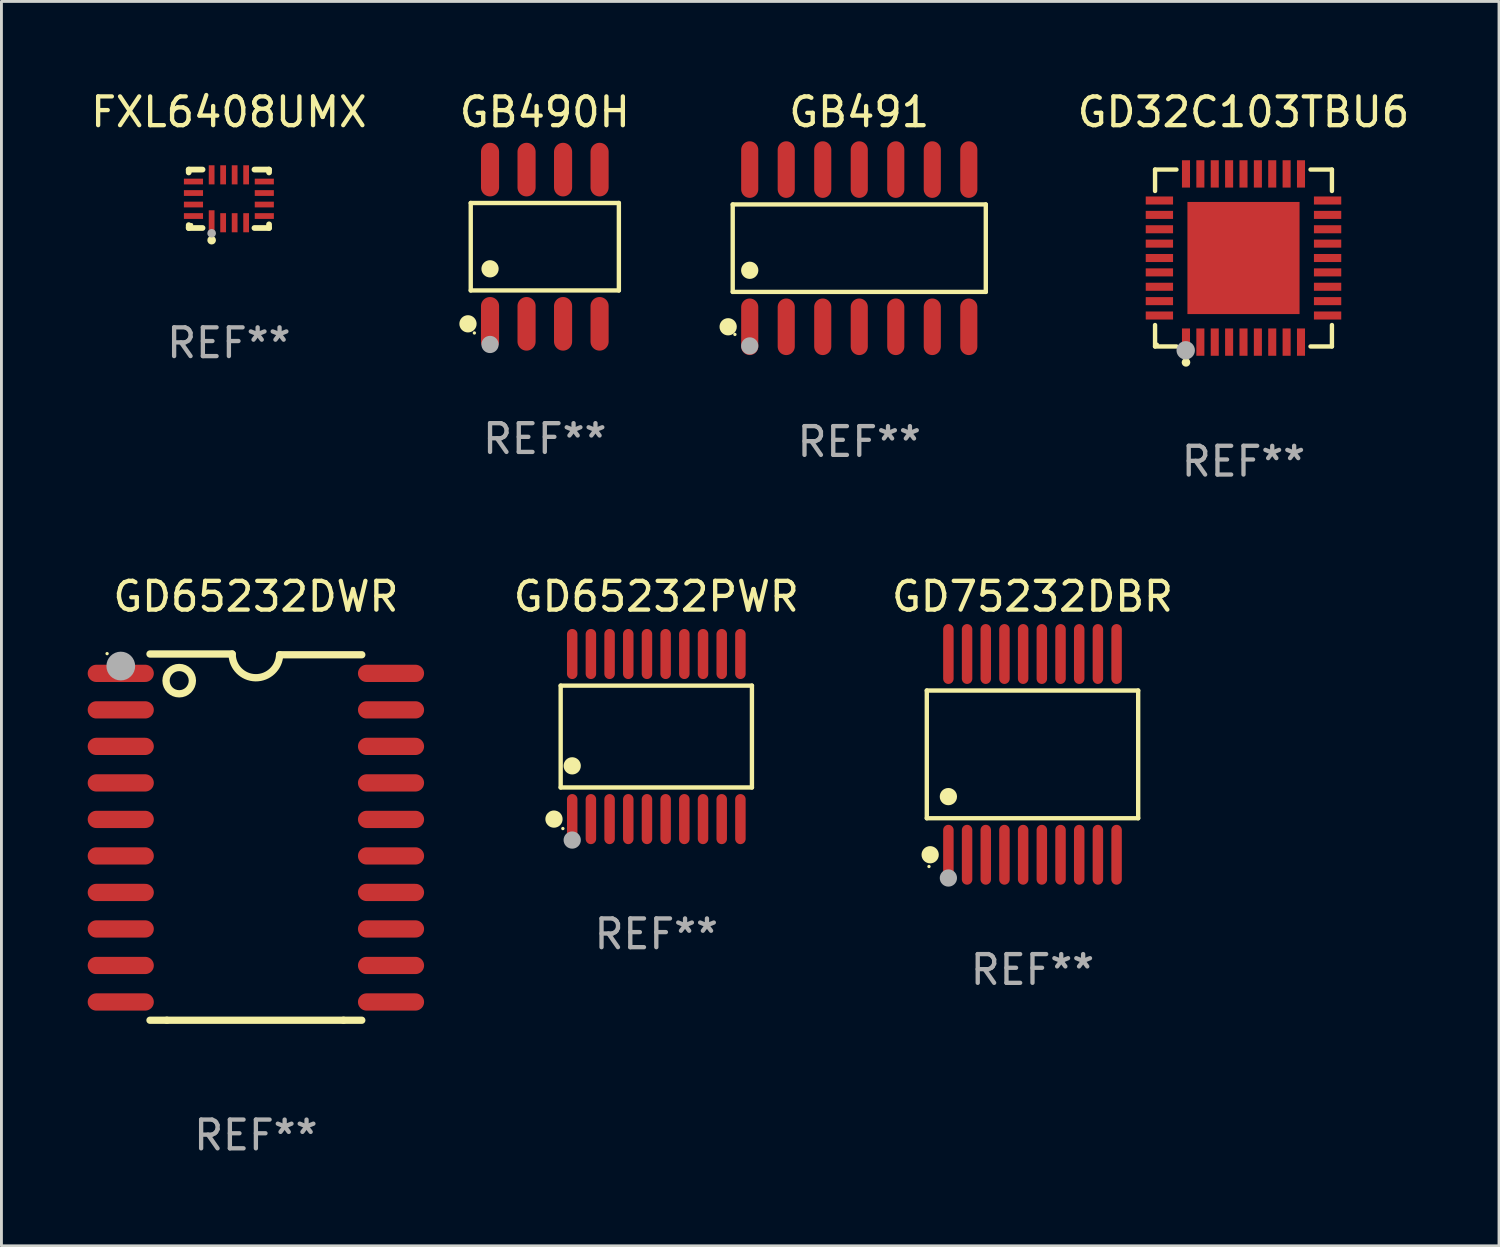
<source format=kicad_pcb>
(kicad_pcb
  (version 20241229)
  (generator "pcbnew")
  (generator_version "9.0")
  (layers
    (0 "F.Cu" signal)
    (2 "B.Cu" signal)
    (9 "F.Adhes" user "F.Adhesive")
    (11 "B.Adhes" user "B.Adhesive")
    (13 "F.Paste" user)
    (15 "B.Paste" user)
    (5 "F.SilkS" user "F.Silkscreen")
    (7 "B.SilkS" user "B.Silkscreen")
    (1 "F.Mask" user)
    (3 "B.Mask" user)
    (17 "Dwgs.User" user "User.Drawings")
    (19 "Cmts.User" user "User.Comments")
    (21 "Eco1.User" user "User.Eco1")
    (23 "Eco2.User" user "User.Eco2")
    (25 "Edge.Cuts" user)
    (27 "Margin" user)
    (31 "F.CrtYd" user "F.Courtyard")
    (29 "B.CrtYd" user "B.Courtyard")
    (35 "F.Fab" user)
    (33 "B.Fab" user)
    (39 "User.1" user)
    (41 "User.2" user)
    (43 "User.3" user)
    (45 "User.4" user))
  (footprint "GD32C103TBU6"
    (layer "F.Cu")
    (at 40.2 5.924)
    (property "Reference" "GD32C103TBU6" (at 0 -5.076 0) (layer "F.SilkS") (effects (font (size 1 1) (thickness 0.15))))
    (attr through_hole)
    (fp_line (start -3.076 -3.076) (end -2.331 -3.076) (stroke (width 0.152) (type solid)) (layer "F.SilkS"))
    (fp_line (start -3.076 -2.331) (end -3.076 -3.076) (stroke (width 0.152) (type solid)) (layer "F.SilkS"))
    (fp_line (start -3.076 2.331) (end -3.076 3.076) (stroke (width 0.152) (type solid)) (layer "F.SilkS"))
    (fp_line (start -3.076 3.076) (end -2.331 3.076) (stroke (width 0.152) (type solid)) (layer "F.SilkS"))
    (fp_line (start 3.076 -3.076) (end 2.331 -3.076) (stroke (width 0.152) (type solid)) (layer "F.SilkS"))
    (fp_line (start 3.076 -2.331) (end 3.076 -3.076) (stroke (width 0.152) (type solid)) (layer "F.SilkS"))
    (fp_line (start 3.076 2.331) (end 3.076 3.076) (stroke (width 0.152) (type solid)) (layer "F.SilkS"))
    (fp_line (start 3.076 3.076) (end 2.331 3.076) (stroke (width 0.152) (type solid)) (layer "F.SilkS"))
    (fp_circle (center -3 3) (end -2.97 3) (stroke (width 0.06) (type solid)) (fill no) (layer "F.SilkS"))
    (fp_circle (center -2 3.63) (end -1.925 3.63) (stroke (width 0.15) (type solid)) (fill no) (layer "F.SilkS"))
    (fp_circle (center -2.01 3.21) (end -1.85 3.21) (stroke (width 0.32) (type solid)) (fill no) (layer "F.Fab"))
    (fp_text user "REF**" (at 0 7.076 0) (layer "F.Fab") (effects (font (size 1 1) (thickness 0.15))))
    (pad "1" smd rect (at -2 2.925) (size 0.28 0.95) (layers "F.Cu" "F.Mask" "F.Paste"))
    (pad "2" smd rect (at -1.5 2.925) (size 0.28 0.95) (layers "F.Cu" "F.Mask" "F.Paste"))
    (pad "3" smd rect (at -1 2.925) (size 0.28 0.95) (layers "F.Cu" "F.Mask" "F.Paste"))
    (pad "4" smd rect (at -0.5 2.925) (size 0.28 0.95) (layers "F.Cu" "F.Mask" "F.Paste"))
    (pad "5" smd rect (at 0 2.925) (size 0.28 0.95) (layers "F.Cu" "F.Mask" "F.Paste"))
    (pad "6" smd rect (at 0.5 2.925) (size 0.28 0.95) (layers "F.Cu" "F.Mask" "F.Paste"))
    (pad "7" smd rect (at 1 2.925) (size 0.28 0.95) (layers "F.Cu" "F.Mask" "F.Paste"))
    (pad "8" smd rect (at 1.5 2.925) (size 0.28 0.95) (layers "F.Cu" "F.Mask" "F.Paste"))
    (pad "9" smd rect (at 2 2.925) (size 0.28 0.95) (layers "F.Cu" "F.Mask" "F.Paste"))
    (pad "10" smd rect (at 2.925 2) (size 0.95 0.28) (layers "F.Cu" "F.Mask" "F.Paste"))
    (pad "11" smd rect (at 2.925 1.5) (size 0.95 0.28) (layers "F.Cu" "F.Mask" "F.Paste"))
    (pad "12" smd rect (at 2.925 1) (size 0.95 0.28) (layers "F.Cu" "F.Mask" "F.Paste"))
    (pad "13" smd rect (at 2.925 0.5) (size 0.95 0.28) (layers "F.Cu" "F.Mask" "F.Paste"))
    (pad "14" smd rect (at 2.925 0) (size 0.95 0.28) (layers "F.Cu" "F.Mask" "F.Paste"))
    (pad "15" smd rect (at 2.925 -0.5) (size 0.95 0.28) (layers "F.Cu" "F.Mask" "F.Paste"))
    (pad "16" smd rect (at 2.925 -1) (size 0.95 0.28) (layers "F.Cu" "F.Mask" "F.Paste"))
    (pad "17" smd rect (at 2.925 -1.5) (size 0.95 0.28) (layers "F.Cu" "F.Mask" "F.Paste"))
    (pad "18" smd rect (at 2.925 -2) (size 0.95 0.28) (layers "F.Cu" "F.Mask" "F.Paste"))
    (pad "19" smd rect (at 2 -2.925) (size 0.28 0.95) (layers "F.Cu" "F.Mask" "F.Paste"))
    (pad "20" smd rect (at 1.5 -2.925) (size 0.28 0.95) (layers "F.Cu" "F.Mask" "F.Paste"))
    (pad "21" smd rect (at 1 -2.925) (size 0.28 0.95) (layers "F.Cu" "F.Mask" "F.Paste"))
    (pad "22" smd rect (at 0.5 -2.925) (size 0.28 0.95) (layers "F.Cu" "F.Mask" "F.Paste"))
    (pad "23" smd rect (at 0 -2.925) (size 0.28 0.95) (layers "F.Cu" "F.Mask" "F.Paste"))
    (pad "24" smd rect (at -0.5 -2.925) (size 0.28 0.95) (layers "F.Cu" "F.Mask" "F.Paste"))
    (pad "25" smd rect (at -1 -2.925) (size 0.28 0.95) (layers "F.Cu" "F.Mask" "F.Paste"))
    (pad "26" smd rect (at -1.5 -2.925) (size 0.28 0.95) (layers "F.Cu" "F.Mask" "F.Paste"))
    (pad "27" smd rect (at -2 -2.925) (size 0.28 0.95) (layers "F.Cu" "F.Mask" "F.Paste"))
    (pad "28" smd rect (at -2.925 -2) (size 0.95 0.28) (layers "F.Cu" "F.Mask" "F.Paste"))
    (pad "29" smd rect (at -2.925 -1.5) (size 0.95 0.28) (layers "F.Cu" "F.Mask" "F.Paste"))
    (pad "30" smd rect (at -2.925 -1) (size 0.95 0.28) (layers "F.Cu" "F.Mask" "F.Paste"))
    (pad "31" smd rect (at -2.925 -0.5) (size 0.95 0.28) (layers "F.Cu" "F.Mask" "F.Paste"))
    (pad "32" smd rect (at -2.925 0) (size 0.95 0.28) (layers "F.Cu" "F.Mask" "F.Paste"))
    (pad "33" smd rect (at -2.925 0.5) (size 0.95 0.28) (layers "F.Cu" "F.Mask" "F.Paste"))
    (pad "34" smd rect (at -2.925 1) (size 0.95 0.28) (layers "F.Cu" "F.Mask" "F.Paste"))
    (pad "35" smd rect (at -2.925 1.5) (size 0.95 0.28) (layers "F.Cu" "F.Mask" "F.Paste"))
    (pad "36" smd rect (at -2.925 2) (size 0.95 0.28) (layers "F.Cu" "F.Mask" "F.Paste"))
    (pad "37" smd rect (at 0 0) (size 3.9 3.9) (layers "F.Cu" "F.Mask" "F.Paste")))
  (footprint "GD65232PWR"
    (layer "F.Cu")
    (at 19.777 22.568)
    (property "Reference" "GD65232PWR" (at 0 -4.871 0) (layer "F.SilkS") (effects (font (size 1 1) (thickness 0.15))))
    (attr through_hole)
    (fp_line (start -3.326 -1.771) (end 3.326 -1.771) (stroke (width 0.152) (type solid)) (layer "F.SilkS"))
    (fp_line (start -3.326 1.771) (end -3.326 -1.771) (stroke (width 0.152) (type solid)) (layer "F.SilkS"))
    (fp_line (start 3.326 -1.771) (end 3.326 1.771) (stroke (width 0.152) (type solid)) (layer "F.SilkS"))
    (fp_line (start 3.326 1.771) (end -3.326 1.771) (stroke (width 0.152) (type solid)) (layer "F.SilkS"))
    (fp_circle (center -3.559 2.871) (end -3.409 2.871) (stroke (width 0.3) (type solid)) (fill no) (layer "F.SilkS"))
    (fp_circle (center -3.25 3.2) (end -3.22 3.2) (stroke (width 0.06) (type solid)) (fill no) (layer "F.SilkS"))
    (fp_circle (center -2.925 1.019) (end -2.775 1.019) (stroke (width 0.3) (type solid)) (fill no) (layer "F.SilkS"))
    (fp_circle (center -2.925 3.6) (end -2.775 3.6) (stroke (width 0.3) (type solid)) (fill no) (layer "F.Fab"))
    (fp_text user "REF**" (at 0 6.871 0) (layer "F.Fab") (effects (font (size 1 1) (thickness 0.15))))
    (pad "1" smd oval (at -2.925 2.871) (size 0.364 1.742) (layers "F.Cu" "F.Mask" "F.Paste"))
    (pad "2" smd oval (at -2.275 2.871) (size 0.364 1.742) (layers "F.Cu" "F.Mask" "F.Paste"))
    (pad "3" smd oval (at -1.625 2.871) (size 0.364 1.742) (layers "F.Cu" "F.Mask" "F.Paste"))
    (pad "4" smd oval (at -0.975 2.871) (size 0.364 1.742) (layers "F.Cu" "F.Mask" "F.Paste"))
    (pad "5" smd oval (at -0.325 2.871) (size 0.364 1.742) (layers "F.Cu" "F.Mask" "F.Paste"))
    (pad "6" smd oval (at 0.325 2.871) (size 0.364 1.742) (layers "F.Cu" "F.Mask" "F.Paste"))
    (pad "7" smd oval (at 0.975 2.871) (size 0.364 1.742) (layers "F.Cu" "F.Mask" "F.Paste"))
    (pad "8" smd oval (at 1.625 2.871) (size 0.364 1.742) (layers "F.Cu" "F.Mask" "F.Paste"))
    (pad "9" smd oval (at 2.275 2.871) (size 0.364 1.742) (layers "F.Cu" "F.Mask" "F.Paste"))
    (pad "10" smd oval (at 2.925 2.871) (size 0.364 1.742) (layers "F.Cu" "F.Mask" "F.Paste"))
    (pad "11" smd oval (at 2.925 -2.871) (size 0.364 1.742) (layers "F.Cu" "F.Mask" "F.Paste"))
    (pad "12" smd oval (at 2.275 -2.871) (size 0.364 1.742) (layers "F.Cu" "F.Mask" "F.Paste"))
    (pad "13" smd oval (at 1.625 -2.871) (size 0.364 1.742) (layers "F.Cu" "F.Mask" "F.Paste"))
    (pad "14" smd oval (at 0.975 -2.871) (size 0.364 1.742) (layers "F.Cu" "F.Mask" "F.Paste"))
    (pad "15" smd oval (at 0.325 -2.871) (size 0.364 1.742) (layers "F.Cu" "F.Mask" "F.Paste"))
    (pad "16" smd oval (at -0.325 -2.871) (size 0.364 1.742) (layers "F.Cu" "F.Mask" "F.Paste"))
    (pad "17" smd oval (at -0.975 -2.871) (size 0.364 1.742) (layers "F.Cu" "F.Mask" "F.Paste"))
    (pad "18" smd oval (at -1.625 -2.871) (size 0.364 1.742) (layers "F.Cu" "F.Mask" "F.Paste"))
    (pad "19" smd oval (at -2.275 -2.871) (size 0.364 1.742) (layers "F.Cu" "F.Mask" "F.Paste"))
    (pad "20" smd oval (at -2.925 -2.871) (size 0.364 1.742) (layers "F.Cu" "F.Mask" "F.Paste")))
  (footprint "GD65232DWR"
    (layer "F.Cu")
    (at 5.85 26.066)
    (property "Reference" "GD65232DWR" (at 0 -8.369 0) (layer "F.SilkS") (effects (font (size 1 1) (thickness 0.15))))
    (attr through_hole)
    (fp_line (start -3.096 6.369) (end -3.683 6.369) (stroke (width 0.254) (type solid)) (layer "F.SilkS"))
    (fp_line (start -0.825 -6.369) (end -3.683 -6.369) (stroke (width 0.254) (type solid)) (layer "F.SilkS"))
    (fp_line (start 0.826 -6.343) (end 3.683 -6.343) (stroke (width 0.254) (type solid)) (layer "F.SilkS"))
    (fp_line (start 3.048 6.369) (end -3.096 6.369) (stroke (width 0.254) (type solid)) (layer "F.SilkS"))
    (fp_line (start 3.048 6.369) (end 3.683 6.369) (stroke (width 0.254) (type solid)) (layer "F.SilkS"))
    (fp_arc (start 0.825527 -6.343129) (mid -0.012478 -5.543126) (end -0.825476 -6.36853) (stroke (width 0.254001) (type solid)) (layer "F.SilkS"))
    (fp_circle (center -5.175 -6.382) (end -5.145 -6.382) (stroke (width 0.06) (type solid)) (fill no) (layer "F.SilkS"))
    (fp_circle (center -2.667 -5.442) (end -2.209 -5.442) (stroke (width 0.254) (type solid)) (fill no) (layer "F.SilkS"))
    (fp_circle (center -4.699 -5.95) (end -4.449 -5.95) (stroke (width 0.5) (type solid)) (fill no) (layer "F.Fab"))
    (fp_text user "REF**" (at 0 10.369 0) (layer "F.Fab") (effects (font (size 1 1) (thickness 0.15))))
    (pad "1" smd oval (at -4.7 -5.696 90) (size 0.6 2.3) (layers "F.Cu" "F.Mask" "F.Paste"))
    (pad "2" smd oval (at -4.7 -4.426 90) (size 0.6 2.3) (layers "F.Cu" "F.Mask" "F.Paste"))
    (pad "3" smd oval (at -4.7 -3.156 90) (size 0.6 2.3) (layers "F.Cu" "F.Mask" "F.Paste"))
    (pad "4" smd oval (at -4.7 -1.886 90) (size 0.6 2.3) (layers "F.Cu" "F.Mask" "F.Paste"))
    (pad "5" smd oval (at -4.7 -0.616 90) (size 0.6 2.3) (layers "F.Cu" "F.Mask" "F.Paste"))
    (pad "6" smd oval (at -4.7 0.654 90) (size 0.6 2.3) (layers "F.Cu" "F.Mask" "F.Paste"))
    (pad "7" smd oval (at -4.7 1.924 90) (size 0.6 2.3) (layers "F.Cu" "F.Mask" "F.Paste"))
    (pad "8" smd oval (at -4.7 3.194 90) (size 0.6 2.3) (layers "F.Cu" "F.Mask" "F.Paste"))
    (pad "9" smd oval (at -4.7 4.464 90) (size 0.6 2.3) (layers "F.Cu" "F.Mask" "F.Paste"))
    (pad "10" smd oval (at -4.7 5.734 90) (size 0.6 2.3) (layers "F.Cu" "F.Mask" "F.Paste"))
    (pad "11" smd oval (at 4.7 5.734 90) (size 0.6 2.3) (layers "F.Cu" "F.Mask" "F.Paste"))
    (pad "12" smd oval (at 4.7 4.464 90) (size 0.6 2.3) (layers "F.Cu" "F.Mask" "F.Paste"))
    (pad "13" smd oval (at 4.7 3.194 90) (size 0.6 2.3) (layers "F.Cu" "F.Mask" "F.Paste"))
    (pad "14" smd oval (at 4.7 1.924 90) (size 0.6 2.3) (layers "F.Cu" "F.Mask" "F.Paste"))
    (pad "15" smd oval (at 4.7 0.654 90) (size 0.6 2.3) (layers "F.Cu" "F.Mask" "F.Paste"))
    (pad "16" smd oval (at 4.7 -0.616 90) (size 0.6 2.3) (layers "F.Cu" "F.Mask" "F.Paste"))
    (pad "17" smd oval (at 4.7 -1.886 90) (size 0.6 2.3) (layers "F.Cu" "F.Mask" "F.Paste"))
    (pad "18" smd oval (at 4.7 -3.156 90) (size 0.6 2.3) (layers "F.Cu" "F.Mask" "F.Paste"))
    (pad "19" smd oval (at 4.7 -4.426 90) (size 0.6 2.3) (layers "F.Cu" "F.Mask" "F.Paste"))
    (pad "20" smd oval (at 4.7 -5.696 90) (size 0.6 2.3) (layers "F.Cu" "F.Mask" "F.Paste")))
  (footprint "GB491"
    (layer "F.Cu")
    (at 26.836 5.582)
    (property "Reference" "GB491" (at 0 -4.734 0) (layer "F.SilkS") (effects (font (size 1 1) (thickness 0.15))))
    (attr through_hole)
    (fp_line (start -4.401 -1.521) (end 4.401 -1.521) (stroke (width 0.152) (type solid)) (layer "F.SilkS"))
    (fp_line (start -4.401 1.521) (end -4.401 -1.521) (stroke (width 0.152) (type solid)) (layer "F.SilkS"))
    (fp_line (start 4.401 -1.521) (end 4.401 1.521) (stroke (width 0.152) (type solid)) (layer "F.SilkS"))
    (fp_line (start 4.401 1.521) (end -4.401 1.521) (stroke (width 0.152) (type solid)) (layer "F.SilkS"))
    (fp_circle (center -4.56 2.734) (end -4.41 2.734) (stroke (width 0.3) (type solid)) (fill no) (layer "F.SilkS"))
    (fp_circle (center -4.325 3) (end -4.295 3) (stroke (width 0.06) (type solid)) (fill no) (layer "F.SilkS"))
    (fp_circle (center -3.81 0.769) (end -3.66 0.769) (stroke (width 0.3) (type solid)) (fill no) (layer "F.SilkS"))
    (fp_circle (center -3.81 3.4) (end -3.66 3.4) (stroke (width 0.3) (type solid)) (fill no) (layer "F.Fab"))
    (fp_text user "REF**" (at 0 6.734 0) (layer "F.Fab") (effects (font (size 1 1) (thickness 0.15))))
    (pad "1" smd oval (at -3.81 2.734) (size 0.595 1.968) (layers "F.Cu" "F.Mask" "F.Paste"))
    (pad "2" smd oval (at -2.54 2.734) (size 0.595 1.968) (layers "F.Cu" "F.Mask" "F.Paste"))
    (pad "3" smd oval (at -1.27 2.734) (size 0.595 1.968) (layers "F.Cu" "F.Mask" "F.Paste"))
    (pad "4" smd oval (at 0 2.734) (size 0.595 1.968) (layers "F.Cu" "F.Mask" "F.Paste"))
    (pad "5" smd oval (at 1.27 2.734) (size 0.595 1.968) (layers "F.Cu" "F.Mask" "F.Paste"))
    (pad "6" smd oval (at 2.54 2.734) (size 0.595 1.968) (layers "F.Cu" "F.Mask" "F.Paste"))
    (pad "7" smd oval (at 3.81 2.734) (size 0.595 1.968) (layers "F.Cu" "F.Mask" "F.Paste"))
    (pad "8" smd oval (at 3.81 -2.734) (size 0.595 1.968) (layers "F.Cu" "F.Mask" "F.Paste"))
    (pad "9" smd oval (at 2.54 -2.734) (size 0.595 1.968) (layers "F.Cu" "F.Mask" "F.Paste"))
    (pad "10" smd oval (at 1.27 -2.734) (size 0.595 1.968) (layers "F.Cu" "F.Mask" "F.Paste"))
    (pad "11" smd oval (at 0 -2.734) (size 0.595 1.968) (layers "F.Cu" "F.Mask" "F.Paste"))
    (pad "12" smd oval (at -1.27 -2.734) (size 0.595 1.968) (layers "F.Cu" "F.Mask" "F.Paste"))
    (pad "13" smd oval (at -2.54 -2.734) (size 0.595 1.968) (layers "F.Cu" "F.Mask" "F.Paste"))
    (pad "14" smd oval (at -3.81 -2.734) (size 0.595 1.968) (layers "F.Cu" "F.Mask" "F.Paste")))
  (footprint "GB490H"
    (layer "F.Cu")
    (at 15.899 5.531)
    (property "Reference" "GB490H" (at 0 -4.682 0) (layer "F.SilkS") (effects (font (size 1 1) (thickness 0.15))))
    (attr through_hole)
    (fp_line (start -2.576 -1.521) (end 2.576 -1.521) (stroke (width 0.152) (type solid)) (layer "F.SilkS"))
    (fp_line (start -2.576 1.521) (end -2.576 -1.521) (stroke (width 0.152) (type solid)) (layer "F.SilkS"))
    (fp_line (start 2.576 -1.521) (end 2.576 1.521) (stroke (width 0.152) (type solid)) (layer "F.SilkS"))
    (fp_line (start 2.576 1.521) (end -2.576 1.521) (stroke (width 0.152) (type solid)) (layer "F.SilkS"))
    (fp_circle (center -2.672 2.682) (end -2.522 2.682) (stroke (width 0.3) (type solid)) (fill no) (layer "F.SilkS"))
    (fp_circle (center -2.45 3) (end -2.42 3) (stroke (width 0.06) (type solid)) (fill no) (layer "F.SilkS"))
    (fp_circle (center -1.905 0.769) (end -1.755 0.769) (stroke (width 0.3) (type solid)) (fill no) (layer "F.SilkS"))
    (fp_circle (center -1.905 3.4) (end -1.755 3.4) (stroke (width 0.3) (type solid)) (fill no) (layer "F.Fab"))
    (fp_text user "REF**" (at 0 6.682 0) (layer "F.Fab") (effects (font (size 1 1) (thickness 0.15))))
    (pad "1" smd oval (at -1.905 2.682) (size 0.63 1.865) (layers "F.Cu" "F.Mask" "F.Paste"))
    (pad "2" smd oval (at -0.635 2.682) (size 0.63 1.865) (layers "F.Cu" "F.Mask" "F.Paste"))
    (pad "3" smd oval (at 0.635 2.682) (size 0.63 1.865) (layers "F.Cu" "F.Mask" "F.Paste"))
    (pad "4" smd oval (at 1.905 2.682) (size 0.63 1.865) (layers "F.Cu" "F.Mask" "F.Paste"))
    (pad "5" smd oval (at 1.905 -2.682) (size 0.63 1.865) (layers "F.Cu" "F.Mask" "F.Paste"))
    (pad "6" smd oval (at 0.635 -2.682) (size 0.63 1.865) (layers "F.Cu" "F.Mask" "F.Paste"))
    (pad "7" smd oval (at -0.635 -2.682) (size 0.63 1.865) (layers "F.Cu" "F.Mask" "F.Paste"))
    (pad "8" smd oval (at -1.905 -2.682) (size 0.63 1.865) (layers "F.Cu" "F.Mask" "F.Paste")))
  (footprint "FXL6408UMX"
    (layer "F.Cu")
    (at 4.911 3.864)
    (property "Reference" "FXL6408UMX" (at 0 -3.016 0) (layer "F.SilkS") (effects (font (size 1 1) (thickness 0.15))))
    (attr through_hole)
    (fp_line (start -1.397 -1.016) (end -1.397 -0.916) (stroke (width 0.2) (type solid)) (layer "F.SilkS"))
    (fp_line (start -1.397 0.916) (end -1.397 1.016) (stroke (width 0.2) (type solid)) (layer "F.SilkS"))
    (fp_line (start -1.397 1.016) (end -0.916 1.016) (stroke (width 0.2) (type solid)) (layer "F.SilkS"))
    (fp_line (start -0.916 -1.016) (end -1.397 -1.016) (stroke (width 0.2) (type solid)) (layer "F.SilkS"))
    (fp_line (start 0.889 -1.016) (end 1.397 -1.016) (stroke (width 0.2) (type solid)) (layer "F.SilkS"))
    (fp_line (start 1.397 -1.016) (end 1.397 -0.916) (stroke (width 0.2) (type solid)) (layer "F.SilkS"))
    (fp_line (start 1.397 0.889) (end 1.397 1.016) (stroke (width 0.2) (type solid)) (layer "F.SilkS"))
    (fp_line (start 1.397 1.016) (end 0.889 1.016) (stroke (width 0.2) (type solid)) (layer "F.SilkS"))
    (fp_circle (center -1.3 0.9) (end -1.27 0.9) (stroke (width 0.06) (type solid)) (fill no) (layer "F.SilkS"))
    (fp_circle (center -0.6 1.44) (end -0.525 1.44) (stroke (width 0.15) (type solid)) (fill no) (layer "F.SilkS"))
    (fp_circle (center -0.6 1.2) (end -0.525 1.2) (stroke (width 0.15) (type solid)) (fill no) (layer "F.Fab"))
    (fp_text user "REF**" (at 0 5.016 0) (layer "F.Fab") (effects (font (size 1 1) (thickness 0.15))))
    (pad "1" smd rect (at -0.6 0.782) (size 0.2 0.765) (layers "F.Cu" "F.Mask" "F.Paste"))
    (pad "2" smd rect (at -0.2 0.833) (size 0.2 0.665) (layers "F.Cu" "F.Mask" "F.Paste"))
    (pad "3" smd rect (at 0.2 0.833) (size 0.2 0.665) (layers "F.Cu" "F.Mask" "F.Paste"))
    (pad "4" smd rect (at 0.6 0.833) (size 0.2 0.665) (layers "F.Cu" "F.Mask" "F.Paste"))
    (pad "5" smd rect (at 1.232 0.6) (size 0.665 0.2) (layers "F.Cu" "F.Mask" "F.Paste"))
    (pad "6" smd rect (at 1.232 0.2) (size 0.665 0.2) (layers "F.Cu" "F.Mask" "F.Paste"))
    (pad "7" smd rect (at 1.232 -0.2) (size 0.665 0.2) (layers "F.Cu" "F.Mask" "F.Paste"))
    (pad "8" smd rect (at 1.232 -0.6) (size 0.665 0.2) (layers "F.Cu" "F.Mask" "F.Paste"))
    (pad "9" smd rect (at 0.6 -0.833) (size 0.2 0.665) (layers "F.Cu" "F.Mask" "F.Paste"))
    (pad "10" smd rect (at 0.2 -0.833) (size 0.2 0.665) (layers "F.Cu" "F.Mask" "F.Paste"))
    (pad "11" smd rect (at -0.2 -0.833) (size 0.2 0.665) (layers "F.Cu" "F.Mask" "F.Paste"))
    (pad "12" smd rect (at -0.6 -0.833) (size 0.2 0.665) (layers "F.Cu" "F.Mask" "F.Paste"))
    (pad "13" smd rect (at -1.232 -0.6) (size 0.665 0.2) (layers "F.Cu" "F.Mask" "F.Paste"))
    (pad "14" smd rect (at -1.232 -0.2) (size 0.665 0.2) (layers "F.Cu" "F.Mask" "F.Paste"))
    (pad "15" smd rect (at -1.232 0.2) (size 0.665 0.2) (layers "F.Cu" "F.Mask" "F.Paste"))
    (pad "16" smd rect (at -1.232 0.6) (size 0.665 0.2) (layers "F.Cu" "F.Mask" "F.Paste")))
  (footprint "GD75232DBR"
    (layer "F.Cu")
    (at 32.861 23.188)
    (property "Reference" "GD75232DBR" (at 0 -5.491 0) (layer "F.SilkS") (effects (font (size 1 1) (thickness 0.15))))
    (attr through_hole)
    (fp_line (start -3.676 -2.221) (end 3.676 -2.221) (stroke (width 0.152) (type solid)) (layer "F.SilkS"))
    (fp_line (start -3.676 2.221) (end -3.676 -2.221) (stroke (width 0.152) (type solid)) (layer "F.SilkS"))
    (fp_line (start 3.676 -2.221) (end 3.676 2.221) (stroke (width 0.152) (type solid)) (layer "F.SilkS"))
    (fp_line (start 3.676 2.221) (end -3.676 2.221) (stroke (width 0.152) (type solid)) (layer "F.SilkS"))
    (fp_circle (center -3.6 3.9) (end -3.57 3.9) (stroke (width 0.06) (type solid)) (fill no) (layer "F.SilkS"))
    (fp_circle (center -3.559 3.491) (end -3.409 3.491) (stroke (width 0.3) (type solid)) (fill no) (layer "F.SilkS"))
    (fp_circle (center -2.925 1.469) (end -2.775 1.469) (stroke (width 0.3) (type solid)) (fill no) (layer "F.SilkS"))
    (fp_circle (center -2.925 4.3) (end -2.775 4.3) (stroke (width 0.3) (type solid)) (fill no) (layer "F.Fab"))
    (fp_text user "REF**" (at 0 7.491 0) (layer "F.Fab") (effects (font (size 1 1) (thickness 0.15))))
    (pad "1" smd oval (at -2.925 3.491) (size 0.364 2.082) (layers "F.Cu" "F.Mask" "F.Paste"))
    (pad "2" smd oval (at -2.275 3.491) (size 0.364 2.082) (layers "F.Cu" "F.Mask" "F.Paste"))
    (pad "3" smd oval (at -1.625 3.491) (size 0.364 2.082) (layers "F.Cu" "F.Mask" "F.Paste"))
    (pad "4" smd oval (at -0.975 3.491) (size 0.364 2.082) (layers "F.Cu" "F.Mask" "F.Paste"))
    (pad "5" smd oval (at -0.325 3.491) (size 0.364 2.082) (layers "F.Cu" "F.Mask" "F.Paste"))
    (pad "6" smd oval (at 0.325 3.491) (size 0.364 2.082) (layers "F.Cu" "F.Mask" "F.Paste"))
    (pad "7" smd oval (at 0.975 3.491) (size 0.364 2.082) (layers "F.Cu" "F.Mask" "F.Paste"))
    (pad "8" smd oval (at 1.625 3.491) (size 0.364 2.082) (layers "F.Cu" "F.Mask" "F.Paste"))
    (pad "9" smd oval (at 2.275 3.491) (size 0.364 2.082) (layers "F.Cu" "F.Mask" "F.Paste"))
    (pad "10" smd oval (at 2.925 3.491) (size 0.364 2.082) (layers "F.Cu" "F.Mask" "F.Paste"))
    (pad "11" smd oval (at 2.925 -3.491) (size 0.364 2.082) (layers "F.Cu" "F.Mask" "F.Paste"))
    (pad "12" smd oval (at 2.275 -3.491) (size 0.364 2.082) (layers "F.Cu" "F.Mask" "F.Paste"))
    (pad "13" smd oval (at 1.625 -3.491) (size 0.364 2.082) (layers "F.Cu" "F.Mask" "F.Paste"))
    (pad "14" smd oval (at 0.975 -3.491) (size 0.364 2.082) (layers "F.Cu" "F.Mask" "F.Paste"))
    (pad "15" smd oval (at 0.325 -3.491) (size 0.364 2.082) (layers "F.Cu" "F.Mask" "F.Paste"))
    (pad "16" smd oval (at -0.325 -3.491) (size 0.364 2.082) (layers "F.Cu" "F.Mask" "F.Paste"))
    (pad "17" smd oval (at -0.975 -3.491) (size 0.364 2.082) (layers "F.Cu" "F.Mask" "F.Paste"))
    (pad "18" smd oval (at -1.625 -3.491) (size 0.364 2.082) (layers "F.Cu" "F.Mask" "F.Paste"))
    (pad "19" smd oval (at -2.275 -3.491) (size 0.364 2.082) (layers "F.Cu" "F.Mask" "F.Paste"))
    (pad "20" smd oval (at -2.925 -3.491) (size 0.364 2.082) (layers "F.Cu" "F.Mask" "F.Paste")))
  (gr_rect
    (start -3 -3)
    (end 49.087 40.282)
    (stroke (width 0.1) (type default))
    (fill no)
    (layer "Edge.Cuts")))
</source>
